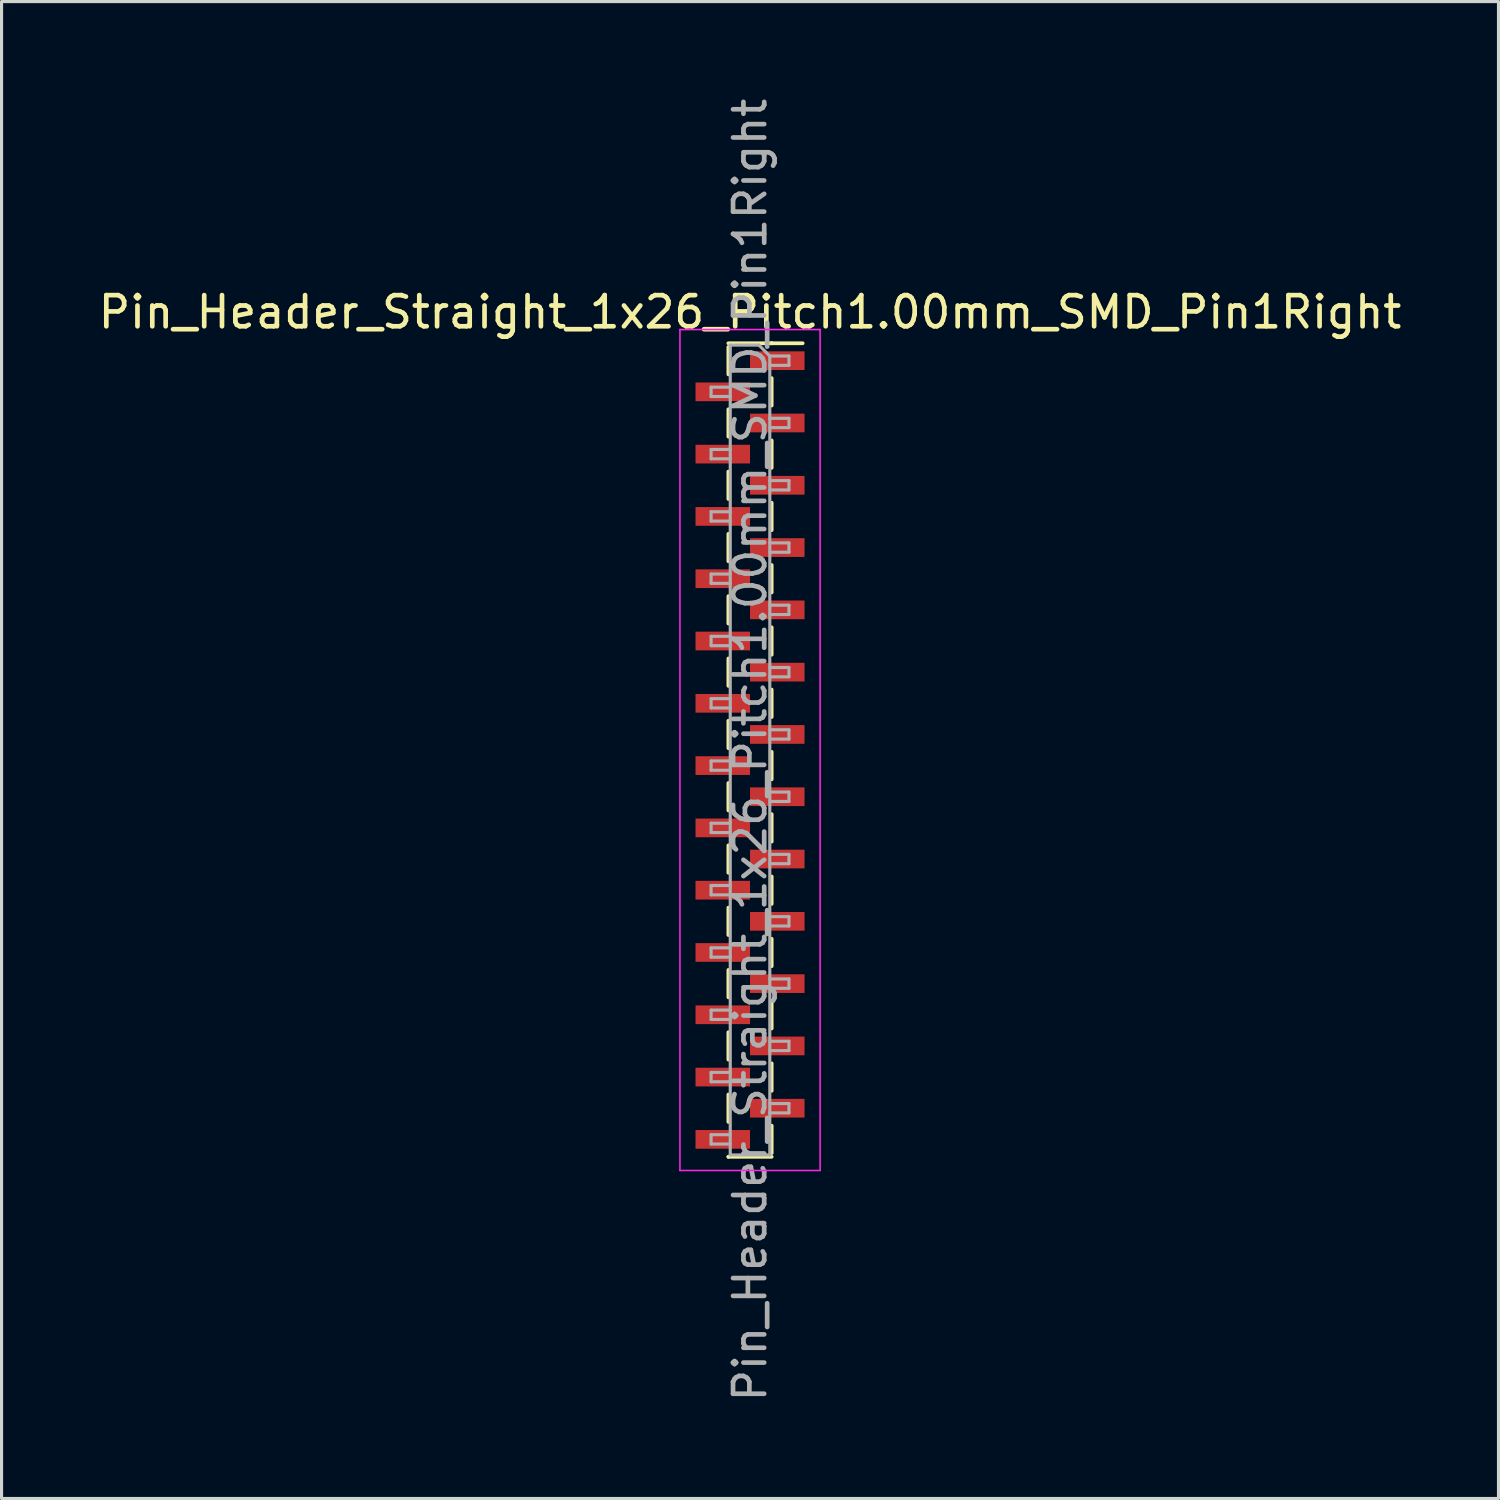
<source format=kicad_pcb>
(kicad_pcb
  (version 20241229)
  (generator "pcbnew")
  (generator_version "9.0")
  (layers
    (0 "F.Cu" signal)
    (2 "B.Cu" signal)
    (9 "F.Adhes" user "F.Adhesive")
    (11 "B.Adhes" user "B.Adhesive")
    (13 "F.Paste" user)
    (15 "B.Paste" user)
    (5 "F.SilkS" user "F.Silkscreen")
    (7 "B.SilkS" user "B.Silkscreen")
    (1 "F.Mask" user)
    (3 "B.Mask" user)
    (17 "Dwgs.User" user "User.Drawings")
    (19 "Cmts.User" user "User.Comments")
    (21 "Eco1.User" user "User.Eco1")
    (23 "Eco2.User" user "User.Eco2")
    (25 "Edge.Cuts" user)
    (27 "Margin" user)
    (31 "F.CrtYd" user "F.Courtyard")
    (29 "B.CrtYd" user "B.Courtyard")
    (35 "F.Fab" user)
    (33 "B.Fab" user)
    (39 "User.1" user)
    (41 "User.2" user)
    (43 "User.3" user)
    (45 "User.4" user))
  (footprint "Pin_Header_Straight_1x26_Pitch1.00mm_SMD_Pin1Right"
    (layer "F.Cu")
    (at 21.03 21.03)
    (property "Reference" "Pin_Header_Straight_1x26_Pitch1.00mm_SMD_Pin1Right" (at 0 -14.06 0) (layer "F.SilkS") (effects (font (size 1 1) (thickness 0.15))))
    (attr smd)
    (fp_line (start -0.695 -13.06) (end 0.695 -13.06) (stroke (width 0.12) (type solid)) (layer "F.SilkS"))
    (fp_line (start -0.695 -12.94) (end -0.695 -12.06) (stroke (width 0.12) (type solid)) (layer "F.SilkS"))
    (fp_line (start -0.695 -10.94) (end -0.695 -10.06) (stroke (width 0.12) (type solid)) (layer "F.SilkS"))
    (fp_line (start -0.695 -8.94) (end -0.695 -8.06) (stroke (width 0.12) (type solid)) (layer "F.SilkS"))
    (fp_line (start -0.695 -6.94) (end -0.695 -6.06) (stroke (width 0.12) (type solid)) (layer "F.SilkS"))
    (fp_line (start -0.695 -4.94) (end -0.695 -4.06) (stroke (width 0.12) (type solid)) (layer "F.SilkS"))
    (fp_line (start -0.695 -2.94) (end -0.695 -2.06) (stroke (width 0.12) (type solid)) (layer "F.SilkS"))
    (fp_line (start -0.695 -0.94) (end -0.695 -0.06) (stroke (width 0.12) (type solid)) (layer "F.SilkS"))
    (fp_line (start -0.695 1.06) (end -0.695 1.94) (stroke (width 0.12) (type solid)) (layer "F.SilkS"))
    (fp_line (start -0.695 3.06) (end -0.695 3.94) (stroke (width 0.12) (type solid)) (layer "F.SilkS"))
    (fp_line (start -0.695 5.06) (end -0.695 5.94) (stroke (width 0.12) (type solid)) (layer "F.SilkS"))
    (fp_line (start -0.695 7.06) (end -0.695 7.94) (stroke (width 0.12) (type solid)) (layer "F.SilkS"))
    (fp_line (start -0.695 9.06) (end -0.695 9.94) (stroke (width 0.12) (type solid)) (layer "F.SilkS"))
    (fp_line (start -0.695 11.06) (end -0.695 11.94) (stroke (width 0.12) (type solid)) (layer "F.SilkS"))
    (fp_line (start -0.695 13.06) (end -0.695 13.06) (stroke (width 0.12) (type solid)) (layer "F.SilkS"))
    (fp_line (start -0.695 13.06) (end 0.695 13.06) (stroke (width 0.12) (type solid)) (layer "F.SilkS"))
    (fp_line (start 0.695 -13.06) (end 0.695 -13.06) (stroke (width 0.12) (type solid)) (layer "F.SilkS"))
    (fp_line (start 0.695 -13.06) (end 1.69 -13.06) (stroke (width 0.12) (type solid)) (layer "F.SilkS"))
    (fp_line (start 0.695 -11.94) (end 0.695 -11.06) (stroke (width 0.12) (type solid)) (layer "F.SilkS"))
    (fp_line (start 0.695 -9.94) (end 0.695 -9.06) (stroke (width 0.12) (type solid)) (layer "F.SilkS"))
    (fp_line (start 0.695 -7.94) (end 0.695 -7.06) (stroke (width 0.12) (type solid)) (layer "F.SilkS"))
    (fp_line (start 0.695 -5.94) (end 0.695 -5.06) (stroke (width 0.12) (type solid)) (layer "F.SilkS"))
    (fp_line (start 0.695 -3.94) (end 0.695 -3.06) (stroke (width 0.12) (type solid)) (layer "F.SilkS"))
    (fp_line (start 0.695 -1.94) (end 0.695 -1.06) (stroke (width 0.12) (type solid)) (layer "F.SilkS"))
    (fp_line (start 0.695 0.06) (end 0.695 0.94) (stroke (width 0.12) (type solid)) (layer "F.SilkS"))
    (fp_line (start 0.695 2.06) (end 0.695 2.94) (stroke (width 0.12) (type solid)) (layer "F.SilkS"))
    (fp_line (start 0.695 4.06) (end 0.695 4.94) (stroke (width 0.12) (type solid)) (layer "F.SilkS"))
    (fp_line (start 0.695 6.06) (end 0.695 6.94) (stroke (width 0.12) (type solid)) (layer "F.SilkS"))
    (fp_line (start 0.695 8.06) (end 0.695 8.94) (stroke (width 0.12) (type solid)) (layer "F.SilkS"))
    (fp_line (start 0.695 10.06) (end 0.695 10.94) (stroke (width 0.12) (type solid)) (layer "F.SilkS"))
    (fp_line (start 0.695 12.06) (end 0.695 12.94) (stroke (width 0.12) (type solid)) (layer "F.SilkS"))
    (fp_line (start -2.25 -13.5) (end -2.25 13.5) (stroke (width 0.05) (type solid)) (layer "F.CrtYd"))
    (fp_line (start -2.25 13.5) (end 2.25 13.5) (stroke (width 0.05) (type solid)) (layer "F.CrtYd"))
    (fp_line (start 2.25 -13.5) (end -2.25 -13.5) (stroke (width 0.05) (type solid)) (layer "F.CrtYd"))
    (fp_line (start 2.25 13.5) (end 2.25 -13.5) (stroke (width 0.05) (type solid)) (layer "F.CrtYd"))
    (fp_line (start -1.25 -11.65) (end -1.25 -11.35) (stroke (width 0.1) (type solid)) (layer "F.Fab"))
    (fp_line (start -1.25 -11.35) (end -0.635 -11.35) (stroke (width 0.1) (type solid)) (layer "F.Fab"))
    (fp_line (start -1.25 -9.65) (end -1.25 -9.35) (stroke (width 0.1) (type solid)) (layer "F.Fab"))
    (fp_line (start -1.25 -9.35) (end -0.635 -9.35) (stroke (width 0.1) (type solid)) (layer "F.Fab"))
    (fp_line (start -1.25 -7.65) (end -1.25 -7.35) (stroke (width 0.1) (type solid)) (layer "F.Fab"))
    (fp_line (start -1.25 -7.35) (end -0.635 -7.35) (stroke (width 0.1) (type solid)) (layer "F.Fab"))
    (fp_line (start -1.25 -5.65) (end -1.25 -5.35) (stroke (width 0.1) (type solid)) (layer "F.Fab"))
    (fp_line (start -1.25 -5.35) (end -0.635 -5.35) (stroke (width 0.1) (type solid)) (layer "F.Fab"))
    (fp_line (start -1.25 -3.65) (end -1.25 -3.35) (stroke (width 0.1) (type solid)) (layer "F.Fab"))
    (fp_line (start -1.25 -3.35) (end -0.635 -3.35) (stroke (width 0.1) (type solid)) (layer "F.Fab"))
    (fp_line (start -1.25 -1.65) (end -1.25 -1.35) (stroke (width 0.1) (type solid)) (layer "F.Fab"))
    (fp_line (start -1.25 -1.35) (end -0.635 -1.35) (stroke (width 0.1) (type solid)) (layer "F.Fab"))
    (fp_line (start -1.25 0.35) (end -1.25 0.65) (stroke (width 0.1) (type solid)) (layer "F.Fab"))
    (fp_line (start -1.25 0.65) (end -0.635 0.65) (stroke (width 0.1) (type solid)) (layer "F.Fab"))
    (fp_line (start -1.25 2.35) (end -1.25 2.65) (stroke (width 0.1) (type solid)) (layer "F.Fab"))
    (fp_line (start -1.25 2.65) (end -0.635 2.65) (stroke (width 0.1) (type solid)) (layer "F.Fab"))
    (fp_line (start -1.25 4.35) (end -1.25 4.65) (stroke (width 0.1) (type solid)) (layer "F.Fab"))
    (fp_line (start -1.25 4.65) (end -0.635 4.65) (stroke (width 0.1) (type solid)) (layer "F.Fab"))
    (fp_line (start -1.25 6.35) (end -1.25 6.65) (stroke (width 0.1) (type solid)) (layer "F.Fab"))
    (fp_line (start -1.25 6.65) (end -0.635 6.65) (stroke (width 0.1) (type solid)) (layer "F.Fab"))
    (fp_line (start -1.25 8.35) (end -1.25 8.65) (stroke (width 0.1) (type solid)) (layer "F.Fab"))
    (fp_line (start -1.25 8.65) (end -0.635 8.65) (stroke (width 0.1) (type solid)) (layer "F.Fab"))
    (fp_line (start -1.25 10.35) (end -1.25 10.65) (stroke (width 0.1) (type solid)) (layer "F.Fab"))
    (fp_line (start -1.25 10.65) (end -0.635 10.65) (stroke (width 0.1) (type solid)) (layer "F.Fab"))
    (fp_line (start -1.25 12.35) (end -1.25 12.65) (stroke (width 0.1) (type solid)) (layer "F.Fab"))
    (fp_line (start -1.25 12.65) (end -0.635 12.65) (stroke (width 0.1) (type solid)) (layer "F.Fab"))
    (fp_line (start -0.635 -13) (end -0.635 13) (stroke (width 0.1) (type solid)) (layer "F.Fab"))
    (fp_line (start -0.635 -13) (end 0.285 -13) (stroke (width 0.1) (type solid)) (layer "F.Fab"))
    (fp_line (start -0.635 -11.65) (end -1.25 -11.65) (stroke (width 0.1) (type solid)) (layer "F.Fab"))
    (fp_line (start -0.635 -9.65) (end -1.25 -9.65) (stroke (width 0.1) (type solid)) (layer "F.Fab"))
    (fp_line (start -0.635 -7.65) (end -1.25 -7.65) (stroke (width 0.1) (type solid)) (layer "F.Fab"))
    (fp_line (start -0.635 -5.65) (end -1.25 -5.65) (stroke (width 0.1) (type solid)) (layer "F.Fab"))
    (fp_line (start -0.635 -3.65) (end -1.25 -3.65) (stroke (width 0.1) (type solid)) (layer "F.Fab"))
    (fp_line (start -0.635 -1.65) (end -1.25 -1.65) (stroke (width 0.1) (type solid)) (layer "F.Fab"))
    (fp_line (start -0.635 0.35) (end -1.25 0.35) (stroke (width 0.1) (type solid)) (layer "F.Fab"))
    (fp_line (start -0.635 2.35) (end -1.25 2.35) (stroke (width 0.1) (type solid)) (layer "F.Fab"))
    (fp_line (start -0.635 4.35) (end -1.25 4.35) (stroke (width 0.1) (type solid)) (layer "F.Fab"))
    (fp_line (start -0.635 6.35) (end -1.25 6.35) (stroke (width 0.1) (type solid)) (layer "F.Fab"))
    (fp_line (start -0.635 8.35) (end -1.25 8.35) (stroke (width 0.1) (type solid)) (layer "F.Fab"))
    (fp_line (start -0.635 10.35) (end -1.25 10.35) (stroke (width 0.1) (type solid)) (layer "F.Fab"))
    (fp_line (start -0.635 12.35) (end -1.25 12.35) (stroke (width 0.1) (type solid)) (layer "F.Fab"))
    (fp_line (start 0.635 -12.65) (end 0.285 -13) (stroke (width 0.1) (type solid)) (layer "F.Fab"))
    (fp_line (start 0.635 -12.65) (end 1.25 -12.65) (stroke (width 0.1) (type solid)) (layer "F.Fab"))
    (fp_line (start 0.635 -10.65) (end 1.25 -10.65) (stroke (width 0.1) (type solid)) (layer "F.Fab"))
    (fp_line (start 0.635 -8.65) (end 1.25 -8.65) (stroke (width 0.1) (type solid)) (layer "F.Fab"))
    (fp_line (start 0.635 -6.65) (end 1.25 -6.65) (stroke (width 0.1) (type solid)) (layer "F.Fab"))
    (fp_line (start 0.635 -4.65) (end 1.25 -4.65) (stroke (width 0.1) (type solid)) (layer "F.Fab"))
    (fp_line (start 0.635 -2.65) (end 1.25 -2.65) (stroke (width 0.1) (type solid)) (layer "F.Fab"))
    (fp_line (start 0.635 -0.65) (end 1.25 -0.65) (stroke (width 0.1) (type solid)) (layer "F.Fab"))
    (fp_line (start 0.635 1.35) (end 1.25 1.35) (stroke (width 0.1) (type solid)) (layer "F.Fab"))
    (fp_line (start 0.635 3.35) (end 1.25 3.35) (stroke (width 0.1) (type solid)) (layer "F.Fab"))
    (fp_line (start 0.635 5.35) (end 1.25 5.35) (stroke (width 0.1) (type solid)) (layer "F.Fab"))
    (fp_line (start 0.635 7.35) (end 1.25 7.35) (stroke (width 0.1) (type solid)) (layer "F.Fab"))
    (fp_line (start 0.635 9.35) (end 1.25 9.35) (stroke (width 0.1) (type solid)) (layer "F.Fab"))
    (fp_line (start 0.635 11.35) (end 1.25 11.35) (stroke (width 0.1) (type solid)) (layer "F.Fab"))
    (fp_line (start 0.635 13) (end -0.635 13) (stroke (width 0.1) (type solid)) (layer "F.Fab"))
    (fp_line (start 0.635 13) (end 0.635 -12.65) (stroke (width 0.1) (type solid)) (layer "F.Fab"))
    (fp_line (start 1.25 -12.65) (end 1.25 -12.35) (stroke (width 0.1) (type solid)) (layer "F.Fab"))
    (fp_line (start 1.25 -12.35) (end 0.635 -12.35) (stroke (width 0.1) (type solid)) (layer "F.Fab"))
    (fp_line (start 1.25 -10.65) (end 1.25 -10.35) (stroke (width 0.1) (type solid)) (layer "F.Fab"))
    (fp_line (start 1.25 -10.35) (end 0.635 -10.35) (stroke (width 0.1) (type solid)) (layer "F.Fab"))
    (fp_line (start 1.25 -8.65) (end 1.25 -8.35) (stroke (width 0.1) (type solid)) (layer "F.Fab"))
    (fp_line (start 1.25 -8.35) (end 0.635 -8.35) (stroke (width 0.1) (type solid)) (layer "F.Fab"))
    (fp_line (start 1.25 -6.65) (end 1.25 -6.35) (stroke (width 0.1) (type solid)) (layer "F.Fab"))
    (fp_line (start 1.25 -6.35) (end 0.635 -6.35) (stroke (width 0.1) (type solid)) (layer "F.Fab"))
    (fp_line (start 1.25 -4.65) (end 1.25 -4.35) (stroke (width 0.1) (type solid)) (layer "F.Fab"))
    (fp_line (start 1.25 -4.35) (end 0.635 -4.35) (stroke (width 0.1) (type solid)) (layer "F.Fab"))
    (fp_line (start 1.25 -2.65) (end 1.25 -2.35) (stroke (width 0.1) (type solid)) (layer "F.Fab"))
    (fp_line (start 1.25 -2.35) (end 0.635 -2.35) (stroke (width 0.1) (type solid)) (layer "F.Fab"))
    (fp_line (start 1.25 -0.65) (end 1.25 -0.35) (stroke (width 0.1) (type solid)) (layer "F.Fab"))
    (fp_line (start 1.25 -0.35) (end 0.635 -0.35) (stroke (width 0.1) (type solid)) (layer "F.Fab"))
    (fp_line (start 1.25 1.35) (end 1.25 1.65) (stroke (width 0.1) (type solid)) (layer "F.Fab"))
    (fp_line (start 1.25 1.65) (end 0.635 1.65) (stroke (width 0.1) (type solid)) (layer "F.Fab"))
    (fp_line (start 1.25 3.35) (end 1.25 3.65) (stroke (width 0.1) (type solid)) (layer "F.Fab"))
    (fp_line (start 1.25 3.65) (end 0.635 3.65) (stroke (width 0.1) (type solid)) (layer "F.Fab"))
    (fp_line (start 1.25 5.35) (end 1.25 5.65) (stroke (width 0.1) (type solid)) (layer "F.Fab"))
    (fp_line (start 1.25 5.65) (end 0.635 5.65) (stroke (width 0.1) (type solid)) (layer "F.Fab"))
    (fp_line (start 1.25 7.35) (end 1.25 7.65) (stroke (width 0.1) (type solid)) (layer "F.Fab"))
    (fp_line (start 1.25 7.65) (end 0.635 7.65) (stroke (width 0.1) (type solid)) (layer "F.Fab"))
    (fp_line (start 1.25 9.35) (end 1.25 9.65) (stroke (width 0.1) (type solid)) (layer "F.Fab"))
    (fp_line (start 1.25 9.65) (end 0.635 9.65) (stroke (width 0.1) (type solid)) (layer "F.Fab"))
    (fp_line (start 1.25 11.35) (end 1.25 11.65) (stroke (width 0.1) (type solid)) (layer "F.Fab"))
    (fp_line (start 1.25 11.65) (end 0.635 11.65) (stroke (width 0.1) (type solid)) (layer "F.Fab"))
    (fp_text user "${REFERENCE}" (at 0 0 90) (layer "F.Fab") (effects (font (size 1 1) (thickness 0.15))))
    (pad "1" smd rect (at 0.875 -12.5) (size 1.75 0.6) (layers "F.Cu" "F.Mask" "F.Paste"))
    (pad "2" smd rect (at -0.875 -11.5) (size 1.75 0.6) (layers "F.Cu" "F.Mask" "F.Paste"))
    (pad "3" smd rect (at 0.875 -10.5) (size 1.75 0.6) (layers "F.Cu" "F.Mask" "F.Paste"))
    (pad "4" smd rect (at -0.875 -9.5) (size 1.75 0.6) (layers "F.Cu" "F.Mask" "F.Paste"))
    (pad "5" smd rect (at 0.875 -8.5) (size 1.75 0.6) (layers "F.Cu" "F.Mask" "F.Paste"))
    (pad "6" smd rect (at -0.875 -7.5) (size 1.75 0.6) (layers "F.Cu" "F.Mask" "F.Paste"))
    (pad "7" smd rect (at 0.875 -6.5) (size 1.75 0.6) (layers "F.Cu" "F.Mask" "F.Paste"))
    (pad "8" smd rect (at -0.875 -5.5) (size 1.75 0.6) (layers "F.Cu" "F.Mask" "F.Paste"))
    (pad "9" smd rect (at 0.875 -4.5) (size 1.75 0.6) (layers "F.Cu" "F.Mask" "F.Paste"))
    (pad "10" smd rect (at -0.875 -3.5) (size 1.75 0.6) (layers "F.Cu" "F.Mask" "F.Paste"))
    (pad "11" smd rect (at 0.875 -2.5) (size 1.75 0.6) (layers "F.Cu" "F.Mask" "F.Paste"))
    (pad "12" smd rect (at -0.875 -1.5) (size 1.75 0.6) (layers "F.Cu" "F.Mask" "F.Paste"))
    (pad "13" smd rect (at 0.875 -0.5) (size 1.75 0.6) (layers "F.Cu" "F.Mask" "F.Paste"))
    (pad "14" smd rect (at -0.875 0.5) (size 1.75 0.6) (layers "F.Cu" "F.Mask" "F.Paste"))
    (pad "15" smd rect (at 0.875 1.5) (size 1.75 0.6) (layers "F.Cu" "F.Mask" "F.Paste"))
    (pad "16" smd rect (at -0.875 2.5) (size 1.75 0.6) (layers "F.Cu" "F.Mask" "F.Paste"))
    (pad "17" smd rect (at 0.875 3.5) (size 1.75 0.6) (layers "F.Cu" "F.Mask" "F.Paste"))
    (pad "18" smd rect (at -0.875 4.5) (size 1.75 0.6) (layers "F.Cu" "F.Mask" "F.Paste"))
    (pad "19" smd rect (at 0.875 5.5) (size 1.75 0.6) (layers "F.Cu" "F.Mask" "F.Paste"))
    (pad "20" smd rect (at -0.875 6.5) (size 1.75 0.6) (layers "F.Cu" "F.Mask" "F.Paste"))
    (pad "21" smd rect (at 0.875 7.5) (size 1.75 0.6) (layers "F.Cu" "F.Mask" "F.Paste"))
    (pad "22" smd rect (at -0.875 8.5) (size 1.75 0.6) (layers "F.Cu" "F.Mask" "F.Paste"))
    (pad "23" smd rect (at 0.875 9.5) (size 1.75 0.6) (layers "F.Cu" "F.Mask" "F.Paste"))
    (pad "24" smd rect (at -0.875 10.5) (size 1.75 0.6) (layers "F.Cu" "F.Mask" "F.Paste"))
    (pad "25" smd rect (at 0.875 11.5) (size 1.75 0.6) (layers "F.Cu" "F.Mask" "F.Paste"))
    (pad "26" smd rect (at -0.875 12.5) (size 1.75 0.6) (layers "F.Cu" "F.Mask" "F.Paste")))
  (gr_rect
    (start -3 -3)
    (end 45.06 45.06)
    (stroke (width 0.1) (type default))
    (fill no)
    (layer "Edge.Cuts")))
</source>
